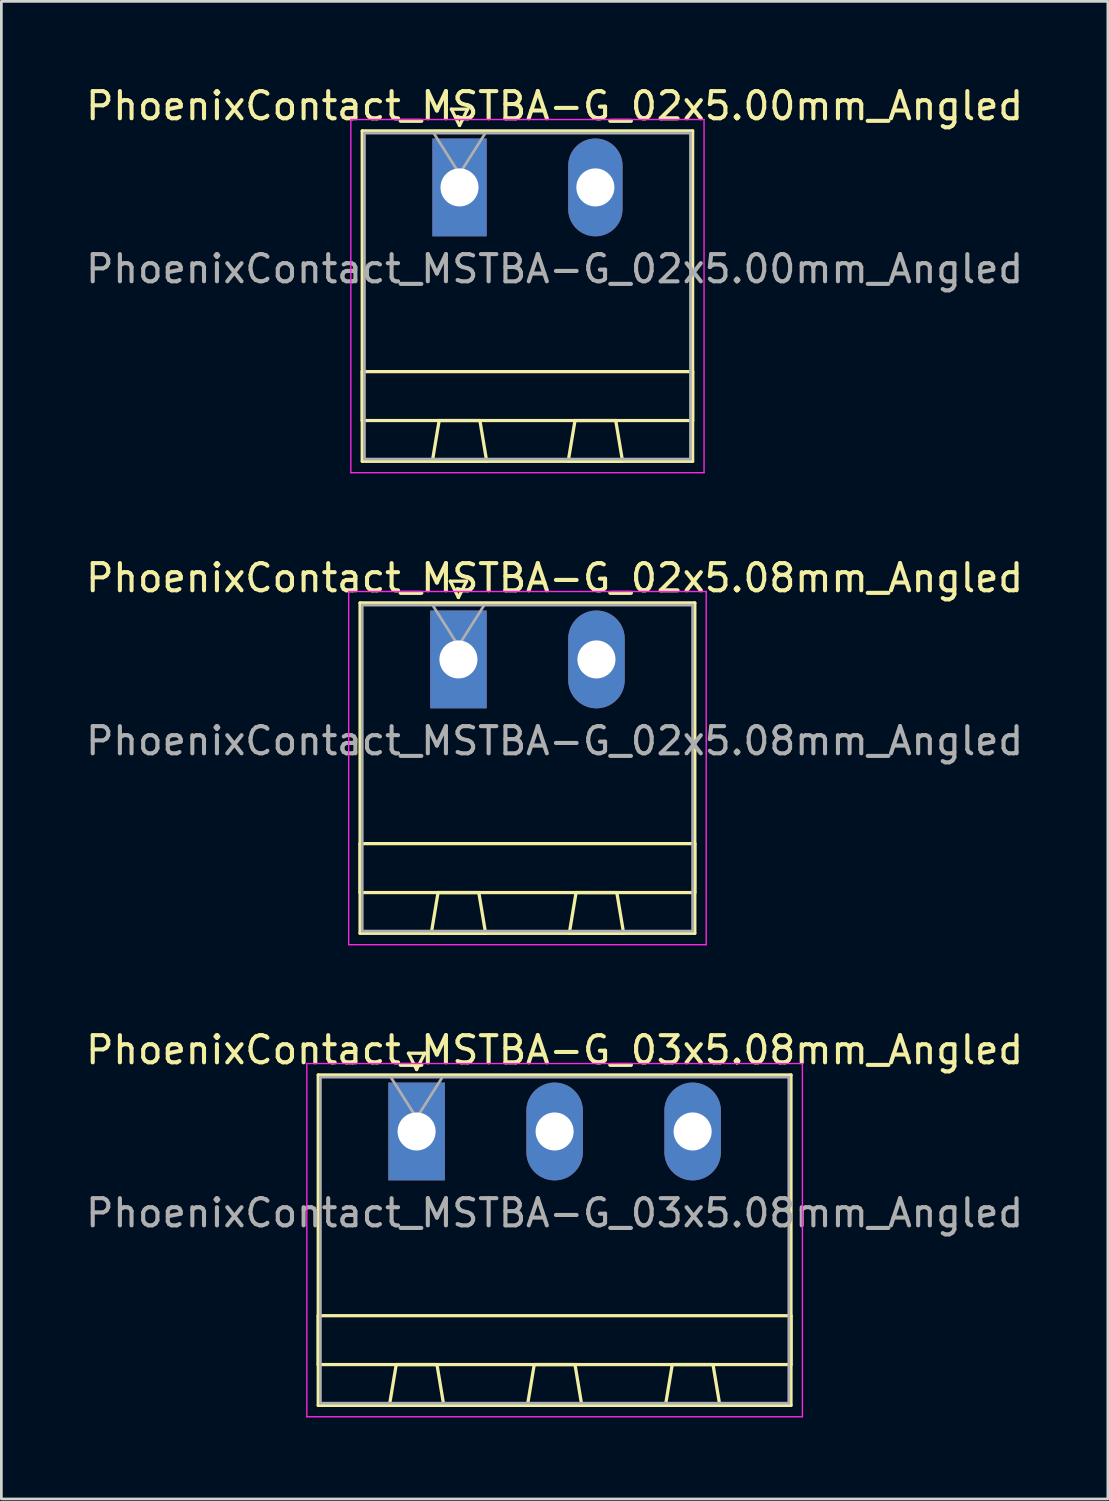
<source format=kicad_pcb>
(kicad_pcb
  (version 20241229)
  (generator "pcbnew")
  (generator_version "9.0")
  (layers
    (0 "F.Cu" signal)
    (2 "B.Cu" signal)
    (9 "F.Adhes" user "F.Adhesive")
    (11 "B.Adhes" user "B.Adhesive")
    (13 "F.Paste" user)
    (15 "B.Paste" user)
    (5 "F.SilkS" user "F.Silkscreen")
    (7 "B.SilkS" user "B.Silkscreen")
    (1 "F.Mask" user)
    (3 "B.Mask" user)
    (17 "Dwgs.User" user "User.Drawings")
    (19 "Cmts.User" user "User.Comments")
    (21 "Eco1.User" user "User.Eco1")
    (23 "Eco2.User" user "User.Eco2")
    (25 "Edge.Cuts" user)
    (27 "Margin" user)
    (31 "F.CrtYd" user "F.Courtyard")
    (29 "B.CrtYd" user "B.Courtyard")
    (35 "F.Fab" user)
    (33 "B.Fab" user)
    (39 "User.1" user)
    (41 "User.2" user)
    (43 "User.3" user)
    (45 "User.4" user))
  (footprint "PhoenixContact_MSTBA-G_02x5.00mm_Angled"
    (layer "F.Cu")
    (at 13.863 3.848)
    (property "Reference" "PhoenixContact_MSTBA-G_02x5.00mm_Angled" (at 3.5 -3 0) (layer "F.SilkS") (effects (font (size 1 1) (thickness 0.15))))
    (attr through_hole)
    (fp_line (start -3.58 -2.08) (end -3.58 10.08) (stroke (width 0.12) (type solid)) (layer "F.SilkS"))
    (fp_line (start -3.58 6.78) (end 8.58 6.78) (stroke (width 0.12) (type solid)) (layer "F.SilkS"))
    (fp_line (start -3.58 8.58) (end -3.58 6.78) (stroke (width 0.12) (type solid)) (layer "F.SilkS"))
    (fp_line (start -3.58 10.08) (end 8.58 10.08) (stroke (width 0.12) (type solid)) (layer "F.SilkS"))
    (fp_line (start -1 10.08) (end 1 10.08) (stroke (width 0.12) (type solid)) (layer "F.SilkS"))
    (fp_line (start -0.75 8.58) (end -1 10.08) (stroke (width 0.12) (type solid)) (layer "F.SilkS"))
    (fp_line (start -0.3 -2.88) (end 0.3 -2.88) (stroke (width 0.12) (type solid)) (layer "F.SilkS"))
    (fp_line (start 0 -2.28) (end -0.3 -2.88) (stroke (width 0.12) (type solid)) (layer "F.SilkS"))
    (fp_line (start 0.3 -2.88) (end 0 -2.28) (stroke (width 0.12) (type solid)) (layer "F.SilkS"))
    (fp_line (start 0.75 8.58) (end -0.75 8.58) (stroke (width 0.12) (type solid)) (layer "F.SilkS"))
    (fp_line (start 1 10.08) (end 0.75 8.58) (stroke (width 0.12) (type solid)) (layer "F.SilkS"))
    (fp_line (start 4 10.08) (end 6 10.08) (stroke (width 0.12) (type solid)) (layer "F.SilkS"))
    (fp_line (start 4.25 8.58) (end 4 10.08) (stroke (width 0.12) (type solid)) (layer "F.SilkS"))
    (fp_line (start 5.75 8.58) (end 4.25 8.58) (stroke (width 0.12) (type solid)) (layer "F.SilkS"))
    (fp_line (start 6 10.08) (end 5.75 8.58) (stroke (width 0.12) (type solid)) (layer "F.SilkS"))
    (fp_line (start 8.58 -2.08) (end -3.58 -2.08) (stroke (width 0.12) (type solid)) (layer "F.SilkS"))
    (fp_line (start 8.58 6.78) (end 8.58 8.58) (stroke (width 0.12) (type solid)) (layer "F.SilkS"))
    (fp_line (start 8.58 8.58) (end -3.58 8.58) (stroke (width 0.12) (type solid)) (layer "F.SilkS"))
    (fp_line (start 8.58 10.08) (end 8.58 -2.08) (stroke (width 0.12) (type solid)) (layer "F.SilkS"))
    (fp_line (start -4 -2.5) (end -4 10.5) (stroke (width 0.05) (type solid)) (layer "F.CrtYd"))
    (fp_line (start -4 10.5) (end 9 10.5) (stroke (width 0.05) (type solid)) (layer "F.CrtYd"))
    (fp_line (start 9 -2.5) (end -4 -2.5) (stroke (width 0.05) (type solid)) (layer "F.CrtYd"))
    (fp_line (start 9 10.5) (end 9 -2.5) (stroke (width 0.05) (type solid)) (layer "F.CrtYd"))
    (fp_line (start -3.5 -2) (end -3.5 10) (stroke (width 0.1) (type solid)) (layer "F.Fab"))
    (fp_line (start -3.5 10) (end 8.5 10) (stroke (width 0.1) (type solid)) (layer "F.Fab"))
    (fp_line (start 0 -0.5) (end -0.95 -2) (stroke (width 0.1) (type solid)) (layer "F.Fab"))
    (fp_line (start 0.95 -2) (end 0 -0.5) (stroke (width 0.1) (type solid)) (layer "F.Fab"))
    (fp_line (start 8.5 -2) (end -3.5 -2) (stroke (width 0.1) (type solid)) (layer "F.Fab"))
    (fp_line (start 8.5 10) (end 8.5 -2) (stroke (width 0.1) (type solid)) (layer "F.Fab"))
    (fp_text user "${REFERENCE}" (at 3.5 3 0) (layer "F.Fab") (effects (font (size 1 1) (thickness 0.15))))
    (pad "1" thru_hole rect (at 0 0) (size 2 3.6) (drill 1.4) (layers "*.Cu" "*.Mask"))
    (pad "2" thru_hole oval (at 5 0) (size 2 3.6) (drill 1.4) (layers "*.Cu" "*.Mask")))
  (footprint "PhoenixContact_MSTBA-G_03x5.08mm_Angled"
    (layer "F.Cu")
    (at 12.283 38.595)
    (property "Reference" "PhoenixContact_MSTBA-G_03x5.08mm_Angled" (at 5.08 -3 0) (layer "F.SilkS") (effects (font (size 1 1) (thickness 0.15))))
    (attr through_hole)
    (fp_line (start -3.62 -2.08) (end -3.62 10.08) (stroke (width 0.12) (type solid)) (layer "F.SilkS"))
    (fp_line (start -3.62 6.78) (end 13.78 6.78) (stroke (width 0.12) (type solid)) (layer "F.SilkS"))
    (fp_line (start -3.62 8.58) (end -3.62 6.78) (stroke (width 0.12) (type solid)) (layer "F.SilkS"))
    (fp_line (start -3.62 10.08) (end 13.78 10.08) (stroke (width 0.12) (type solid)) (layer "F.SilkS"))
    (fp_line (start -1 10.08) (end 1 10.08) (stroke (width 0.12) (type solid)) (layer "F.SilkS"))
    (fp_line (start -0.75 8.58) (end -1 10.08) (stroke (width 0.12) (type solid)) (layer "F.SilkS"))
    (fp_line (start -0.3 -2.88) (end 0.3 -2.88) (stroke (width 0.12) (type solid)) (layer "F.SilkS"))
    (fp_line (start 0 -2.28) (end -0.3 -2.88) (stroke (width 0.12) (type solid)) (layer "F.SilkS"))
    (fp_line (start 0.3 -2.88) (end 0 -2.28) (stroke (width 0.12) (type solid)) (layer "F.SilkS"))
    (fp_line (start 0.75 8.58) (end -0.75 8.58) (stroke (width 0.12) (type solid)) (layer "F.SilkS"))
    (fp_line (start 1 10.08) (end 0.75 8.58) (stroke (width 0.12) (type solid)) (layer "F.SilkS"))
    (fp_line (start 4.08 10.08) (end 6.08 10.08) (stroke (width 0.12) (type solid)) (layer "F.SilkS"))
    (fp_line (start 4.33 8.58) (end 4.08 10.08) (stroke (width 0.12) (type solid)) (layer "F.SilkS"))
    (fp_line (start 5.83 8.58) (end 4.33 8.58) (stroke (width 0.12) (type solid)) (layer "F.SilkS"))
    (fp_line (start 6.08 10.08) (end 5.83 8.58) (stroke (width 0.12) (type solid)) (layer "F.SilkS"))
    (fp_line (start 9.16 10.08) (end 11.16 10.08) (stroke (width 0.12) (type solid)) (layer "F.SilkS"))
    (fp_line (start 9.41 8.58) (end 9.16 10.08) (stroke (width 0.12) (type solid)) (layer "F.SilkS"))
    (fp_line (start 10.91 8.58) (end 9.41 8.58) (stroke (width 0.12) (type solid)) (layer "F.SilkS"))
    (fp_line (start 11.16 10.08) (end 10.91 8.58) (stroke (width 0.12) (type solid)) (layer "F.SilkS"))
    (fp_line (start 13.78 -2.08) (end -3.62 -2.08) (stroke (width 0.12) (type solid)) (layer "F.SilkS"))
    (fp_line (start 13.78 6.78) (end 13.78 8.58) (stroke (width 0.12) (type solid)) (layer "F.SilkS"))
    (fp_line (start 13.78 8.58) (end -3.62 8.58) (stroke (width 0.12) (type solid)) (layer "F.SilkS"))
    (fp_line (start 13.78 10.08) (end 13.78 -2.08) (stroke (width 0.12) (type solid)) (layer "F.SilkS"))
    (fp_line (start -4.04 -2.5) (end -4.04 10.5) (stroke (width 0.05) (type solid)) (layer "F.CrtYd"))
    (fp_line (start -4.04 10.5) (end 14.2 10.5) (stroke (width 0.05) (type solid)) (layer "F.CrtYd"))
    (fp_line (start 14.2 -2.5) (end -4.04 -2.5) (stroke (width 0.05) (type solid)) (layer "F.CrtYd"))
    (fp_line (start 14.2 10.5) (end 14.2 -2.5) (stroke (width 0.05) (type solid)) (layer "F.CrtYd"))
    (fp_line (start -3.54 -2) (end -3.54 10) (stroke (width 0.1) (type solid)) (layer "F.Fab"))
    (fp_line (start -3.54 10) (end 13.7 10) (stroke (width 0.1) (type solid)) (layer "F.Fab"))
    (fp_line (start 0 -0.5) (end -0.95 -2) (stroke (width 0.1) (type solid)) (layer "F.Fab"))
    (fp_line (start 0.95 -2) (end 0 -0.5) (stroke (width 0.1) (type solid)) (layer "F.Fab"))
    (fp_line (start 13.7 -2) (end -3.54 -2) (stroke (width 0.1) (type solid)) (layer "F.Fab"))
    (fp_line (start 13.7 10) (end 13.7 -2) (stroke (width 0.1) (type solid)) (layer "F.Fab"))
    (fp_text user "${REFERENCE}" (at 5.08 3 0) (layer "F.Fab") (effects (font (size 1 1) (thickness 0.15))))
    (pad "1" thru_hole rect (at 0 0) (size 2.08 3.6) (drill 1.4) (layers "*.Cu" "*.Mask"))
    (pad "2" thru_hole oval (at 5.08 0) (size 2.08 3.6) (drill 1.4) (layers "*.Cu" "*.Mask"))
    (pad "3" thru_hole oval (at 10.16 0) (size 2.08 3.6) (drill 1.4) (layers "*.Cu" "*.Mask")))
  (footprint "PhoenixContact_MSTBA-G_02x5.08mm_Angled"
    (layer "F.Cu")
    (at 13.823 21.221)
    (property "Reference" "PhoenixContact_MSTBA-G_02x5.08mm_Angled" (at 3.54 -3 0) (layer "F.SilkS") (effects (font (size 1 1) (thickness 0.15))))
    (attr through_hole)
    (fp_line (start -3.62 -2.08) (end -3.62 10.08) (stroke (width 0.12) (type solid)) (layer "F.SilkS"))
    (fp_line (start -3.62 6.78) (end 8.7 6.78) (stroke (width 0.12) (type solid)) (layer "F.SilkS"))
    (fp_line (start -3.62 8.58) (end -3.62 6.78) (stroke (width 0.12) (type solid)) (layer "F.SilkS"))
    (fp_line (start -3.62 10.08) (end 8.7 10.08) (stroke (width 0.12) (type solid)) (layer "F.SilkS"))
    (fp_line (start -1 10.08) (end 1 10.08) (stroke (width 0.12) (type solid)) (layer "F.SilkS"))
    (fp_line (start -0.75 8.58) (end -1 10.08) (stroke (width 0.12) (type solid)) (layer "F.SilkS"))
    (fp_line (start -0.3 -2.88) (end 0.3 -2.88) (stroke (width 0.12) (type solid)) (layer "F.SilkS"))
    (fp_line (start 0 -2.28) (end -0.3 -2.88) (stroke (width 0.12) (type solid)) (layer "F.SilkS"))
    (fp_line (start 0.3 -2.88) (end 0 -2.28) (stroke (width 0.12) (type solid)) (layer "F.SilkS"))
    (fp_line (start 0.75 8.58) (end -0.75 8.58) (stroke (width 0.12) (type solid)) (layer "F.SilkS"))
    (fp_line (start 1 10.08) (end 0.75 8.58) (stroke (width 0.12) (type solid)) (layer "F.SilkS"))
    (fp_line (start 4.08 10.08) (end 6.08 10.08) (stroke (width 0.12) (type solid)) (layer "F.SilkS"))
    (fp_line (start 4.33 8.58) (end 4.08 10.08) (stroke (width 0.12) (type solid)) (layer "F.SilkS"))
    (fp_line (start 5.83 8.58) (end 4.33 8.58) (stroke (width 0.12) (type solid)) (layer "F.SilkS"))
    (fp_line (start 6.08 10.08) (end 5.83 8.58) (stroke (width 0.12) (type solid)) (layer "F.SilkS"))
    (fp_line (start 8.7 -2.08) (end -3.62 -2.08) (stroke (width 0.12) (type solid)) (layer "F.SilkS"))
    (fp_line (start 8.7 6.78) (end 8.7 8.58) (stroke (width 0.12) (type solid)) (layer "F.SilkS"))
    (fp_line (start 8.7 8.58) (end -3.62 8.58) (stroke (width 0.12) (type solid)) (layer "F.SilkS"))
    (fp_line (start 8.7 10.08) (end 8.7 -2.08) (stroke (width 0.12) (type solid)) (layer "F.SilkS"))
    (fp_line (start -4.04 -2.5) (end -4.04 10.5) (stroke (width 0.05) (type solid)) (layer "F.CrtYd"))
    (fp_line (start -4.04 10.5) (end 9.12 10.5) (stroke (width 0.05) (type solid)) (layer "F.CrtYd"))
    (fp_line (start 9.12 -2.5) (end -4.04 -2.5) (stroke (width 0.05) (type solid)) (layer "F.CrtYd"))
    (fp_line (start 9.12 10.5) (end 9.12 -2.5) (stroke (width 0.05) (type solid)) (layer "F.CrtYd"))
    (fp_line (start -3.54 -2) (end -3.54 10) (stroke (width 0.1) (type solid)) (layer "F.Fab"))
    (fp_line (start -3.54 10) (end 8.62 10) (stroke (width 0.1) (type solid)) (layer "F.Fab"))
    (fp_line (start 0 -0.5) (end -0.95 -2) (stroke (width 0.1) (type solid)) (layer "F.Fab"))
    (fp_line (start 0.95 -2) (end 0 -0.5) (stroke (width 0.1) (type solid)) (layer "F.Fab"))
    (fp_line (start 8.62 -2) (end -3.54 -2) (stroke (width 0.1) (type solid)) (layer "F.Fab"))
    (fp_line (start 8.62 10) (end 8.62 -2) (stroke (width 0.1) (type solid)) (layer "F.Fab"))
    (fp_text user "${REFERENCE}" (at 3.54 3 0) (layer "F.Fab") (effects (font (size 1 1) (thickness 0.15))))
    (pad "1" thru_hole rect (at 0 0) (size 2.08 3.6) (drill 1.4) (layers "*.Cu" "*.Mask"))
    (pad "2" thru_hole oval (at 5.08 0) (size 2.08 3.6) (drill 1.4) (layers "*.Cu" "*.Mask")))
  (gr_rect
    (start -3 -3)
    (end 37.726 52.12)
    (stroke (width 0.1) (type default))
    (fill no)
    (layer "Edge.Cuts")))
</source>
